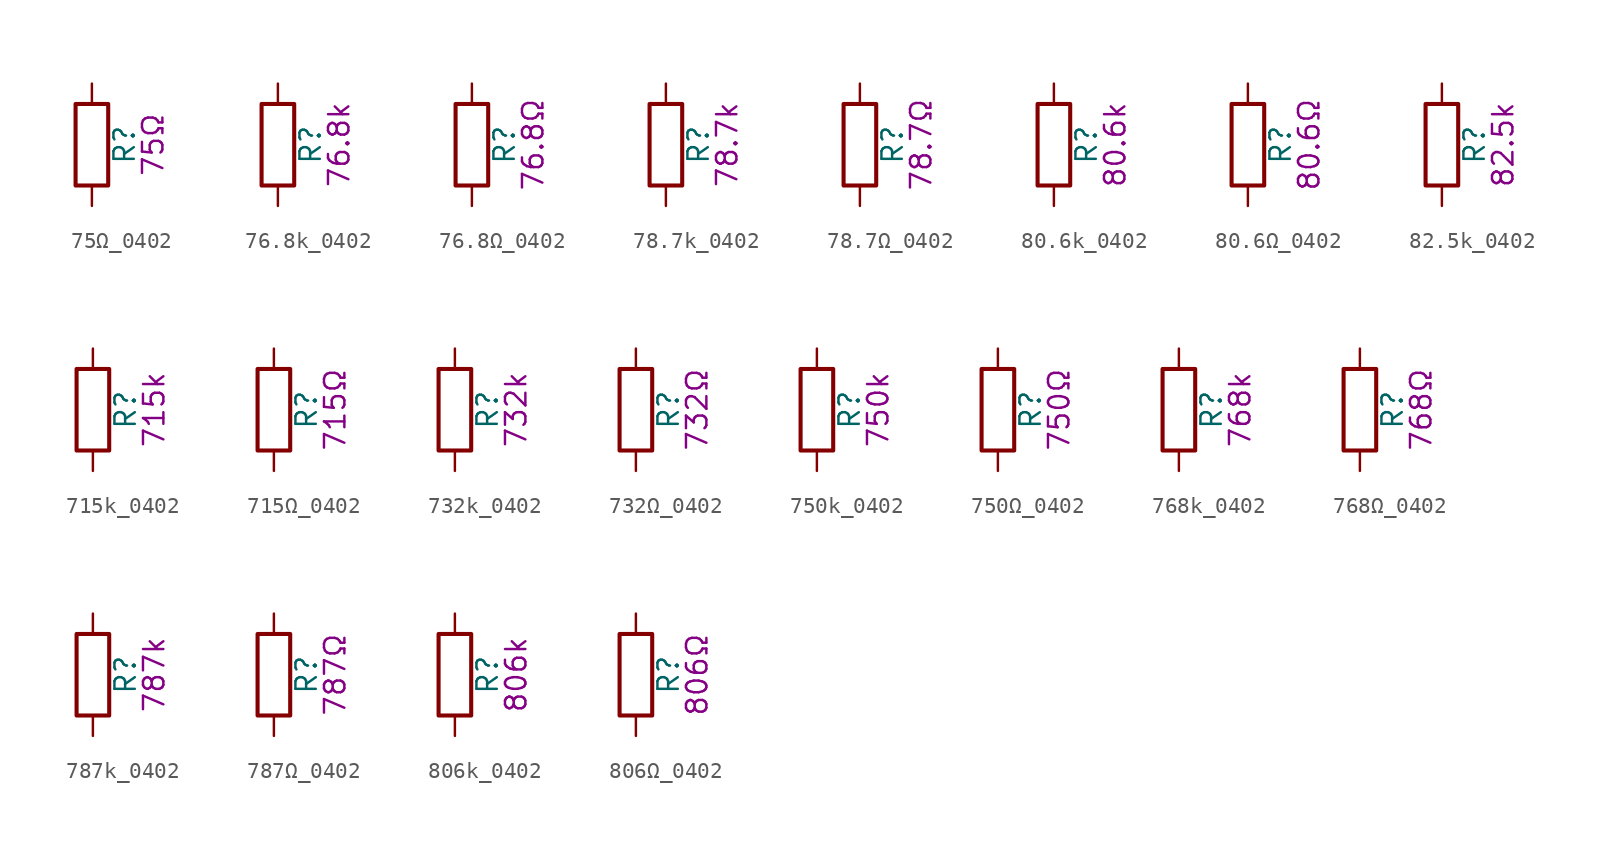
<source format=kicad_sym>
(kicad_symbol_lib
  (version 20211014)
  (generator kicad_symbol_editor)
  (symbol "75Ω_0402"
    (pin_numbers hide)
    (pin_names
      (offset 0))
    (property "Reference" "R"
      (at 2.032 0 90)
      (effects (font (size 1.27 1.27))))
    (property "Display" "75Ω"
      (at 3.81 0 90)
      (effects (font (size 1.27 1.27))))
    (symbol "75Ω_0402_0_1"
      (rectangle (start -1.016 -2.54) (end 1.016 2.54) (stroke (width 0.254) (type default) (color 0 0 0 0)) (fill (type none))))
    (symbol "75Ω_0402_1_1"
      (pin passive line (at 0 3.81 270) (length 1.27) (name "~" (effects (font (size 1.27 1.27)))) (number "1" (effects (font (size 1.27 1.27)))))
      (pin passive line (at 0 -3.81 90) (length 1.27) (name "~" (effects (font (size 1.27 1.27)))) (number "2" (effects (font (size 1.27 1.27)))))))
  (symbol "76.8k_0402"
    (pin_numbers hide)
    (pin_names
      (offset 0))
    (property "Reference" "R"
      (at 2.032 0 90)
      (effects (font (size 1.27 1.27))))
    (property "Display" "76.8k"
      (at 3.81 0 90)
      (effects (font (size 1.27 1.27))))
    (symbol "76.8k_0402_0_1"
      (rectangle (start -1.016 -2.54) (end 1.016 2.54) (stroke (width 0.254) (type default) (color 0 0 0 0)) (fill (type none))))
    (symbol "76.8k_0402_1_1"
      (pin passive line (at 0 3.81 270) (length 1.27) (name "~" (effects (font (size 1.27 1.27)))) (number "1" (effects (font (size 1.27 1.27)))))
      (pin passive line (at 0 -3.81 90) (length 1.27) (name "~" (effects (font (size 1.27 1.27)))) (number "2" (effects (font (size 1.27 1.27)))))))
  (symbol "76.8Ω_0402"
    (pin_numbers hide)
    (pin_names
      (offset 0))
    (property "Reference" "R"
      (at 2.032 0 90)
      (effects (font (size 1.27 1.27))))
    (property "Display" "76.8Ω"
      (at 3.81 0 90)
      (effects (font (size 1.27 1.27))))
    (symbol "76.8Ω_0402_0_1"
      (rectangle (start -1.016 -2.54) (end 1.016 2.54) (stroke (width 0.254) (type default) (color 0 0 0 0)) (fill (type none))))
    (symbol "76.8Ω_0402_1_1"
      (pin passive line (at 0 3.81 270) (length 1.27) (name "~" (effects (font (size 1.27 1.27)))) (number "1" (effects (font (size 1.27 1.27)))))
      (pin passive line (at 0 -3.81 90) (length 1.27) (name "~" (effects (font (size 1.27 1.27)))) (number "2" (effects (font (size 1.27 1.27)))))))
  (symbol "78.7k_0402"
    (pin_numbers hide)
    (pin_names
      (offset 0))
    (property "Reference" "R"
      (at 2.032 0 90)
      (effects (font (size 1.27 1.27))))
    (property "Display" "78.7k"
      (at 3.81 0 90)
      (effects (font (size 1.27 1.27))))
    (symbol "78.7k_0402_0_1"
      (rectangle (start -1.016 -2.54) (end 1.016 2.54) (stroke (width 0.254) (type default) (color 0 0 0 0)) (fill (type none))))
    (symbol "78.7k_0402_1_1"
      (pin passive line (at 0 3.81 270) (length 1.27) (name "~" (effects (font (size 1.27 1.27)))) (number "1" (effects (font (size 1.27 1.27)))))
      (pin passive line (at 0 -3.81 90) (length 1.27) (name "~" (effects (font (size 1.27 1.27)))) (number "2" (effects (font (size 1.27 1.27)))))))
  (symbol "78.7Ω_0402"
    (pin_numbers hide)
    (pin_names
      (offset 0))
    (property "Reference" "R"
      (at 2.032 0 90)
      (effects (font (size 1.27 1.27))))
    (property "Display" "78.7Ω"
      (at 3.81 0 90)
      (effects (font (size 1.27 1.27))))
    (symbol "78.7Ω_0402_0_1"
      (rectangle (start -1.016 -2.54) (end 1.016 2.54) (stroke (width 0.254) (type default) (color 0 0 0 0)) (fill (type none))))
    (symbol "78.7Ω_0402_1_1"
      (pin passive line (at 0 3.81 270) (length 1.27) (name "~" (effects (font (size 1.27 1.27)))) (number "1" (effects (font (size 1.27 1.27)))))
      (pin passive line (at 0 -3.81 90) (length 1.27) (name "~" (effects (font (size 1.27 1.27)))) (number "2" (effects (font (size 1.27 1.27)))))))
  (symbol "80.6k_0402"
    (pin_numbers hide)
    (pin_names
      (offset 0))
    (property "Reference" "R"
      (at 2.032 0 90)
      (effects (font (size 1.27 1.27))))
    (property "Display" "80.6k"
      (at 3.81 0 90)
      (effects (font (size 1.27 1.27))))
    (symbol "80.6k_0402_0_1"
      (rectangle (start -1.016 -2.54) (end 1.016 2.54) (stroke (width 0.254) (type default) (color 0 0 0 0)) (fill (type none))))
    (symbol "80.6k_0402_1_1"
      (pin passive line (at 0 3.81 270) (length 1.27) (name "~" (effects (font (size 1.27 1.27)))) (number "1" (effects (font (size 1.27 1.27)))))
      (pin passive line (at 0 -3.81 90) (length 1.27) (name "~" (effects (font (size 1.27 1.27)))) (number "2" (effects (font (size 1.27 1.27)))))))
  (symbol "80.6Ω_0402"
    (pin_numbers hide)
    (pin_names
      (offset 0))
    (property "Reference" "R"
      (at 2.032 0 90)
      (effects (font (size 1.27 1.27))))
    (property "Display" "80.6Ω"
      (at 3.81 0 90)
      (effects (font (size 1.27 1.27))))
    (symbol "80.6Ω_0402_0_1"
      (rectangle (start -1.016 -2.54) (end 1.016 2.54) (stroke (width 0.254) (type default) (color 0 0 0 0)) (fill (type none))))
    (symbol "80.6Ω_0402_1_1"
      (pin passive line (at 0 3.81 270) (length 1.27) (name "~" (effects (font (size 1.27 1.27)))) (number "1" (effects (font (size 1.27 1.27)))))
      (pin passive line (at 0 -3.81 90) (length 1.27) (name "~" (effects (font (size 1.27 1.27)))) (number "2" (effects (font (size 1.27 1.27)))))))
  (symbol "82.5k_0402"
    (pin_numbers hide)
    (pin_names
      (offset 0))
    (property "Reference" "R"
      (at 2.032 0 90)
      (effects (font (size 1.27 1.27))))
    (property "Display" "82.5k"
      (at 3.81 0 90)
      (effects (font (size 1.27 1.27))))
    (symbol "82.5k_0402_0_1"
      (rectangle (start -1.016 -2.54) (end 1.016 2.54) (stroke (width 0.254) (type default) (color 0 0 0 0)) (fill (type none))))
    (symbol "82.5k_0402_1_1"
      (pin passive line (at 0 3.81 270) (length 1.27) (name "~" (effects (font (size 1.27 1.27)))) (number "1" (effects (font (size 1.27 1.27)))))
      (pin passive line (at 0 -3.81 90) (length 1.27) (name "~" (effects (font (size 1.27 1.27)))) (number "2" (effects (font (size 1.27 1.27)))))))
  (symbol "715k_0402"
    (pin_numbers hide)
    (pin_names
      (offset 0))
    (property "Reference" "R"
      (at 2.032 0 90)
      (effects (font (size 1.27 1.27))))
    (property "Display" "715k"
      (at 3.81 0 90)
      (effects (font (size 1.27 1.27))))
    (symbol "715k_0402_0_1"
      (rectangle (start -1.016 -2.54) (end 1.016 2.54) (stroke (width 0.254) (type default) (color 0 0 0 0)) (fill (type none))))
    (symbol "715k_0402_1_1"
      (pin passive line (at 0 3.81 270) (length 1.27) (name "~" (effects (font (size 1.27 1.27)))) (number "1" (effects (font (size 1.27 1.27)))))
      (pin passive line (at 0 -3.81 90) (length 1.27) (name "~" (effects (font (size 1.27 1.27)))) (number "2" (effects (font (size 1.27 1.27)))))))
  (symbol "715Ω_0402"
    (pin_numbers hide)
    (pin_names
      (offset 0))
    (property "Reference" "R"
      (at 2.032 0 90)
      (effects (font (size 1.27 1.27))))
    (property "Display" "715Ω"
      (at 3.81 0 90)
      (effects (font (size 1.27 1.27))))
    (symbol "715Ω_0402_0_1"
      (rectangle (start -1.016 -2.54) (end 1.016 2.54) (stroke (width 0.254) (type default) (color 0 0 0 0)) (fill (type none))))
    (symbol "715Ω_0402_1_1"
      (pin passive line (at 0 3.81 270) (length 1.27) (name "~" (effects (font (size 1.27 1.27)))) (number "1" (effects (font (size 1.27 1.27)))))
      (pin passive line (at 0 -3.81 90) (length 1.27) (name "~" (effects (font (size 1.27 1.27)))) (number "2" (effects (font (size 1.27 1.27)))))))
  (symbol "732k_0402"
    (pin_numbers hide)
    (pin_names
      (offset 0))
    (property "Reference" "R"
      (at 2.032 0 90)
      (effects (font (size 1.27 1.27))))
    (property "Display" "732k"
      (at 3.81 0 90)
      (effects (font (size 1.27 1.27))))
    (symbol "732k_0402_0_1"
      (rectangle (start -1.016 -2.54) (end 1.016 2.54) (stroke (width 0.254) (type default) (color 0 0 0 0)) (fill (type none))))
    (symbol "732k_0402_1_1"
      (pin passive line (at 0 3.81 270) (length 1.27) (name "~" (effects (font (size 1.27 1.27)))) (number "1" (effects (font (size 1.27 1.27)))))
      (pin passive line (at 0 -3.81 90) (length 1.27) (name "~" (effects (font (size 1.27 1.27)))) (number "2" (effects (font (size 1.27 1.27)))))))
  (symbol "732Ω_0402"
    (pin_numbers hide)
    (pin_names
      (offset 0))
    (property "Reference" "R"
      (at 2.032 0 90)
      (effects (font (size 1.27 1.27))))
    (property "Display" "732Ω"
      (at 3.81 0 90)
      (effects (font (size 1.27 1.27))))
    (symbol "732Ω_0402_0_1"
      (rectangle (start -1.016 -2.54) (end 1.016 2.54) (stroke (width 0.254) (type default) (color 0 0 0 0)) (fill (type none))))
    (symbol "732Ω_0402_1_1"
      (pin passive line (at 0 3.81 270) (length 1.27) (name "~" (effects (font (size 1.27 1.27)))) (number "1" (effects (font (size 1.27 1.27)))))
      (pin passive line (at 0 -3.81 90) (length 1.27) (name "~" (effects (font (size 1.27 1.27)))) (number "2" (effects (font (size 1.27 1.27)))))))
  (symbol "750k_0402"
    (pin_numbers hide)
    (pin_names
      (offset 0))
    (property "Reference" "R"
      (at 2.032 0 90)
      (effects (font (size 1.27 1.27))))
    (property "Display" "750k"
      (at 3.81 0 90)
      (effects (font (size 1.27 1.27))))
    (symbol "750k_0402_0_1"
      (rectangle (start -1.016 -2.54) (end 1.016 2.54) (stroke (width 0.254) (type default) (color 0 0 0 0)) (fill (type none))))
    (symbol "750k_0402_1_1"
      (pin passive line (at 0 3.81 270) (length 1.27) (name "~" (effects (font (size 1.27 1.27)))) (number "1" (effects (font (size 1.27 1.27)))))
      (pin passive line (at 0 -3.81 90) (length 1.27) (name "~" (effects (font (size 1.27 1.27)))) (number "2" (effects (font (size 1.27 1.27)))))))
  (symbol "750Ω_0402"
    (pin_numbers hide)
    (pin_names
      (offset 0))
    (property "Reference" "R"
      (at 2.032 0 90)
      (effects (font (size 1.27 1.27))))
    (property "Display" "750Ω"
      (at 3.81 0 90)
      (effects (font (size 1.27 1.27))))
    (symbol "750Ω_0402_0_1"
      (rectangle (start -1.016 -2.54) (end 1.016 2.54) (stroke (width 0.254) (type default) (color 0 0 0 0)) (fill (type none))))
    (symbol "750Ω_0402_1_1"
      (pin passive line (at 0 3.81 270) (length 1.27) (name "~" (effects (font (size 1.27 1.27)))) (number "1" (effects (font (size 1.27 1.27)))))
      (pin passive line (at 0 -3.81 90) (length 1.27) (name "~" (effects (font (size 1.27 1.27)))) (number "2" (effects (font (size 1.27 1.27)))))))
  (symbol "768k_0402"
    (pin_numbers hide)
    (pin_names
      (offset 0))
    (property "Reference" "R"
      (at 2.032 0 90)
      (effects (font (size 1.27 1.27))))
    (property "Display" "768k"
      (at 3.81 0 90)
      (effects (font (size 1.27 1.27))))
    (symbol "768k_0402_0_1"
      (rectangle (start -1.016 -2.54) (end 1.016 2.54) (stroke (width 0.254) (type default) (color 0 0 0 0)) (fill (type none))))
    (symbol "768k_0402_1_1"
      (pin passive line (at 0 3.81 270) (length 1.27) (name "~" (effects (font (size 1.27 1.27)))) (number "1" (effects (font (size 1.27 1.27)))))
      (pin passive line (at 0 -3.81 90) (length 1.27) (name "~" (effects (font (size 1.27 1.27)))) (number "2" (effects (font (size 1.27 1.27)))))))
  (symbol "768Ω_0402"
    (pin_numbers hide)
    (pin_names
      (offset 0))
    (property "Reference" "R"
      (at 2.032 0 90)
      (effects (font (size 1.27 1.27))))
    (property "Display" "768Ω"
      (at 3.81 0 90)
      (effects (font (size 1.27 1.27))))
    (symbol "768Ω_0402_0_1"
      (rectangle (start -1.016 -2.54) (end 1.016 2.54) (stroke (width 0.254) (type default) (color 0 0 0 0)) (fill (type none))))
    (symbol "768Ω_0402_1_1"
      (pin passive line (at 0 3.81 270) (length 1.27) (name "~" (effects (font (size 1.27 1.27)))) (number "1" (effects (font (size 1.27 1.27)))))
      (pin passive line (at 0 -3.81 90) (length 1.27) (name "~" (effects (font (size 1.27 1.27)))) (number "2" (effects (font (size 1.27 1.27)))))))
  (symbol "787k_0402"
    (pin_numbers hide)
    (pin_names
      (offset 0))
    (property "Reference" "R"
      (at 2.032 0 90)
      (effects (font (size 1.27 1.27))))
    (property "Display" "787k"
      (at 3.81 0 90)
      (effects (font (size 1.27 1.27))))
    (symbol "787k_0402_0_1"
      (rectangle (start -1.016 -2.54) (end 1.016 2.54) (stroke (width 0.254) (type default) (color 0 0 0 0)) (fill (type none))))
    (symbol "787k_0402_1_1"
      (pin passive line (at 0 3.81 270) (length 1.27) (name "~" (effects (font (size 1.27 1.27)))) (number "1" (effects (font (size 1.27 1.27)))))
      (pin passive line (at 0 -3.81 90) (length 1.27) (name "~" (effects (font (size 1.27 1.27)))) (number "2" (effects (font (size 1.27 1.27)))))))
  (symbol "787Ω_0402"
    (pin_numbers hide)
    (pin_names
      (offset 0))
    (property "Reference" "R"
      (at 2.032 0 90)
      (effects (font (size 1.27 1.27))))
    (property "Display" "787Ω"
      (at 3.81 0 90)
      (effects (font (size 1.27 1.27))))
    (symbol "787Ω_0402_0_1"
      (rectangle (start -1.016 -2.54) (end 1.016 2.54) (stroke (width 0.254) (type default) (color 0 0 0 0)) (fill (type none))))
    (symbol "787Ω_0402_1_1"
      (pin passive line (at 0 3.81 270) (length 1.27) (name "~" (effects (font (size 1.27 1.27)))) (number "1" (effects (font (size 1.27 1.27)))))
      (pin passive line (at 0 -3.81 90) (length 1.27) (name "~" (effects (font (size 1.27 1.27)))) (number "2" (effects (font (size 1.27 1.27)))))))
  (symbol "806k_0402"
    (pin_numbers hide)
    (pin_names
      (offset 0))
    (property "Reference" "R"
      (at 2.032 0 90)
      (effects (font (size 1.27 1.27))))
    (property "Display" "806k"
      (at 3.81 0 90)
      (effects (font (size 1.27 1.27))))
    (symbol "806k_0402_0_1"
      (rectangle (start -1.016 -2.54) (end 1.016 2.54) (stroke (width 0.254) (type default) (color 0 0 0 0)) (fill (type none))))
    (symbol "806k_0402_1_1"
      (pin passive line (at 0 3.81 270) (length 1.27) (name "~" (effects (font (size 1.27 1.27)))) (number "1" (effects (font (size 1.27 1.27)))))
      (pin passive line (at 0 -3.81 90) (length 1.27) (name "~" (effects (font (size 1.27 1.27)))) (number "2" (effects (font (size 1.27 1.27)))))))
  (symbol "806Ω_0402"
    (pin_numbers hide)
    (pin_names
      (offset 0))
    (property "Reference" "R"
      (at 2.032 0 90)
      (effects (font (size 1.27 1.27))))
    (property "Display" "806Ω"
      (at 3.81 0 90)
      (effects (font (size 1.27 1.27))))
    (symbol "806Ω_0402_0_1"
      (rectangle (start -1.016 -2.54) (end 1.016 2.54) (stroke (width 0.254) (type default) (color 0 0 0 0)) (fill (type none))))
    (symbol "806Ω_0402_1_1"
      (pin passive line (at 0 3.81 270) (length 1.27) (name "~" (effects (font (size 1.27 1.27)))) (number "1" (effects (font (size 1.27 1.27)))))
      (pin passive line (at 0 -3.81 90) (length 1.27) (name "~" (effects (font (size 1.27 1.27)))) (number "2" (effects (font (size 1.27 1.27))))))))
</source>
